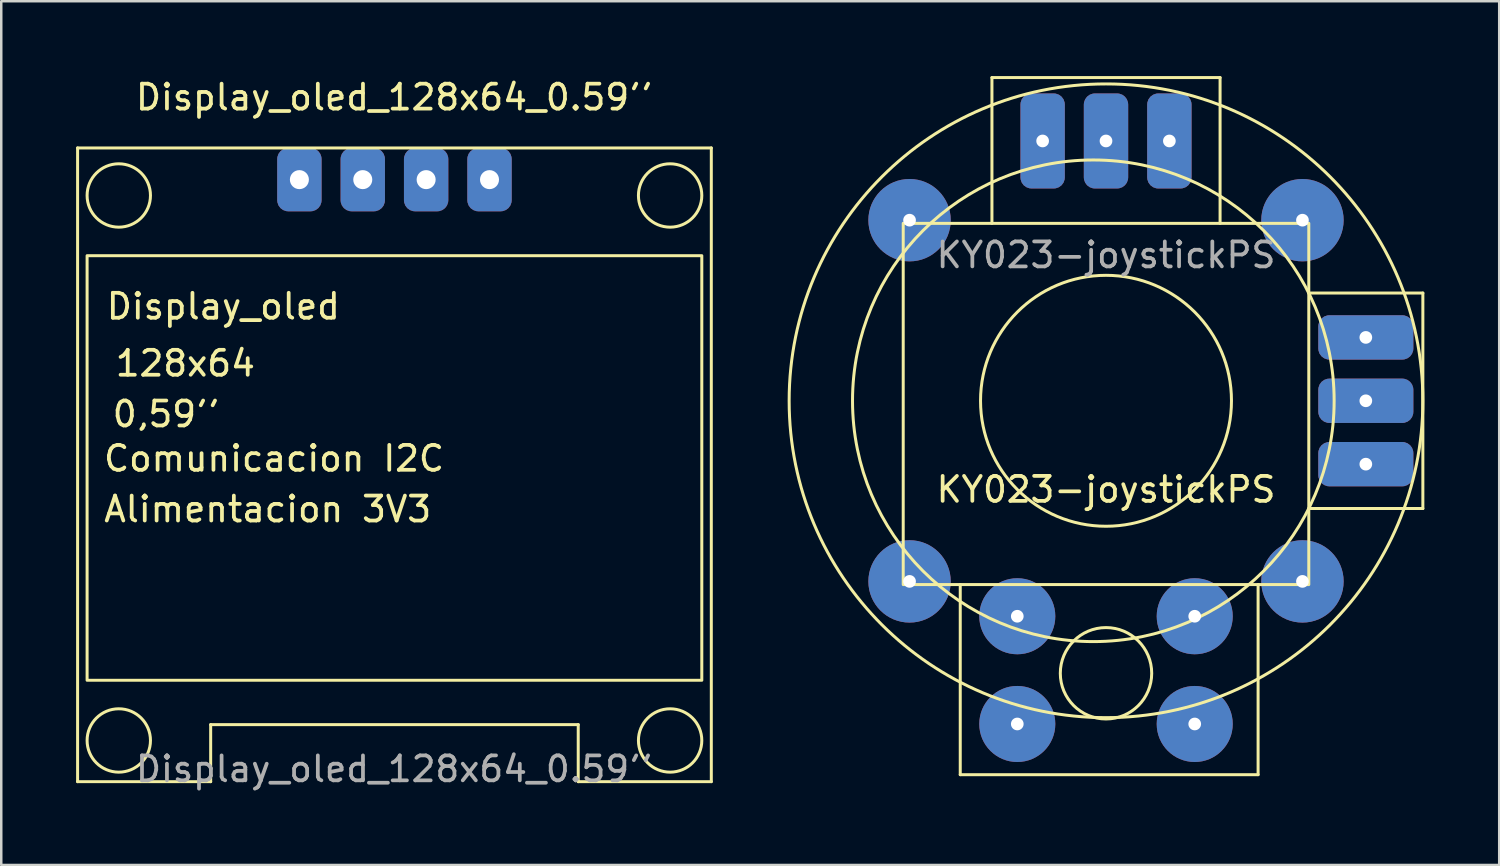
<source format=kicad_pcb>
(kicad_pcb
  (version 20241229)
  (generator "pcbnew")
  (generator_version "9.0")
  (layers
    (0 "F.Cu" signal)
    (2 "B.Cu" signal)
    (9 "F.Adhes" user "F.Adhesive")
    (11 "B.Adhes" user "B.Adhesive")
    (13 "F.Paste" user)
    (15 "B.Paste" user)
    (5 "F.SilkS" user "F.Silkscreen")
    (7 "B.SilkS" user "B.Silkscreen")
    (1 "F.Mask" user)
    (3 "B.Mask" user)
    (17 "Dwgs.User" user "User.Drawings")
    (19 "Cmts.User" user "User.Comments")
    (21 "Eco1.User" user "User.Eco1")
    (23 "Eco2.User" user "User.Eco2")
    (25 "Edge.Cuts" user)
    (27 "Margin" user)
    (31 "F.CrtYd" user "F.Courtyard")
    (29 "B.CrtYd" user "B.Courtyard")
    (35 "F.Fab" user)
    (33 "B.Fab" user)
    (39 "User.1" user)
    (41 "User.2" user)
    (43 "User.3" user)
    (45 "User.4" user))
  (footprint "Display_oled_128x64_0.59''"
    (layer "F.Cu")
    (at 12.76 15.58)
    (property "Reference" "Display_oled_128x64_0.59''" (at 0 -14.732 0) (unlocked yes) (layer "F.SilkS") (effects (font (size 1 1) (thickness 0.15))))
    (attr through_hole)
    (fp_line (start -12.7 -12.7) (end -12.7 12.7) (stroke (width 0.12) (type solid)) (layer "F.SilkS"))
    (fp_line (start -12.7 -12.7) (end 12.7 -12.7) (stroke (width 0.12) (type solid)) (layer "F.SilkS"))
    (fp_line (start -12.7 12.7) (end -7.366 12.7) (stroke (width 0.12) (type solid)) (layer "F.SilkS"))
    (fp_line (start -7.366 10.414) (end 7.366 10.414) (stroke (width 0.12) (type solid)) (layer "F.SilkS"))
    (fp_line (start -7.366 12.7) (end -7.366 10.414) (stroke (width 0.12) (type solid)) (layer "F.SilkS"))
    (fp_line (start 7.366 10.414) (end 7.366 12.7) (stroke (width 0.12) (type solid)) (layer "F.SilkS"))
    (fp_line (start 12.7 -12.7) (end 12.7 12.7) (stroke (width 0.12) (type solid)) (layer "F.SilkS"))
    (fp_line (start 12.7 12.7) (end 7.366 12.7) (stroke (width 0.12) (type solid)) (layer "F.SilkS"))
    (fp_rect (start -12.319 -8.382) (end 12.319 8.636) (stroke (width 0.12) (type solid)) (fill no) (layer "F.SilkS"))
    (fp_circle (center -11.049 -10.795) (end -9.779 -10.795) (stroke (width 0.12) (type solid)) (fill no) (layer "F.SilkS"))
    (fp_circle (center -11.049 11.049) (end -9.779 11.049) (stroke (width 0.12) (type solid)) (fill no) (layer "F.SilkS"))
    (fp_circle (center 11.049 -10.795) (end 12.319 -10.795) (stroke (width 0.12) (type solid)) (fill no) (layer "F.SilkS"))
    (fp_circle (center 11.049 11.049) (end 12.319 11.049) (stroke (width 0.12) (type solid)) (fill no) (layer "F.SilkS"))
    (fp_text user "128x64" (at -8.382 -4.064 0) (unlocked yes) (layer "F.SilkS") (effects (font (size 1 1) (thickness 0.15))))
    (fp_text user "Alimentacion 3V3" (at -5.08 1.778 0) (unlocked yes) (layer "F.SilkS") (effects (font (size 1 1) (thickness 0.15))))
    (fp_text user "Display_oled" (at -6.858 -6.35 0) (unlocked yes) (layer "F.SilkS") (effects (font (size 1 1) (thickness 0.15))))
    (fp_text user "0,59''" (at -9.144 -2.032 0) (unlocked yes) (layer "F.SilkS") (effects (font (size 1 1) (thickness 0.15))))
    (fp_text user "Comunicacion I2C" (at -4.826 -0.254 0) (unlocked yes) (layer "F.SilkS") (effects (font (size 1 1) (thickness 0.15))))
    (fp_text user "${REFERENCE}" (at 0 12.192 0) (unlocked yes) (layer "F.Fab") (effects (font (size 1 1) (thickness 0.15))))
    (pad "1" thru_hole roundrect (at -3.81 -11.43) (size 1.778 2.54) (drill 0.762) (layers "*.Cu" "*.Mask") (roundrect_rratio 0.25))
    (pad "2" thru_hole roundrect (at -1.27 -11.43) (size 1.778 2.54) (drill 0.762) (layers "*.Cu" "*.Mask") (roundrect_rratio 0.25))
    (pad "3" thru_hole roundrect (at 1.27 -11.43) (size 1.778 2.54) (drill 0.762) (layers "*.Cu" "*.Mask") (roundrect_rratio 0.25))
    (pad "4" thru_hole roundrect (at 3.81 -11.43) (size 1.778 2.54) (drill 0.762) (layers "*.Cu" "*.Mask") (roundrect_rratio 0.25)))
  (footprint "KY023-joystickPS"
    (layer "F.Cu")
    (at 41.28 13.014)
    (property "Reference" "KY023-joystickPS" (at 0 3.556 0) (unlocked yes) (layer "F.SilkS") (effects (font (size 1 1) (thickness 0.15))))
    (attr smd)
    (fp_line (start -5.842 7.366) (end -5.842 14.986) (stroke (width 0.12) (type solid)) (layer "F.SilkS"))
    (fp_line (start -5.842 14.986) (end 6.096 14.986) (stroke (width 0.12) (type solid)) (layer "F.SilkS"))
    (fp_line (start -4.572 -12.954) (end 4.572 -12.954) (stroke (width 0.12) (type solid)) (layer "F.SilkS"))
    (fp_line (start -4.572 -7.112) (end -4.572 -12.954) (stroke (width 0.12) (type solid)) (layer "F.SilkS"))
    (fp_line (start 4.572 -12.954) (end 4.572 -7.112) (stroke (width 0.12) (type solid)) (layer "F.SilkS"))
    (fp_line (start 6.096 14.986) (end 6.096 7.366) (stroke (width 0.12) (type solid)) (layer "F.SilkS"))
    (fp_line (start 8.128 -4.318) (end 12.7 -4.318) (stroke (width 0.12) (type solid)) (layer "F.SilkS"))
    (fp_line (start 12.7 -4.318) (end 12.7 4.318) (stroke (width 0.12) (type solid)) (layer "F.SilkS"))
    (fp_line (start 12.7 4.318) (end 8.128 4.318) (stroke (width 0.12) (type solid)) (layer "F.SilkS"))
    (fp_rect (start -8.128 -7.112) (end 8.128 7.366) (stroke (width 0.12) (type solid)) (fill no) (layer "F.SilkS"))
    (fp_circle (center -0.508 0) (end 9.144 0) (stroke (width 0.12) (type solid)) (fill no) (layer "F.SilkS"))
    (fp_circle (center 0 0) (end 3.556 3.556) (stroke (width 0.12) (type solid)) (fill no) (layer "F.SilkS"))
    (fp_circle (center 0 0) (end 12.7 0) (stroke (width 0.12) (type solid)) (fill no) (layer "F.SilkS"))
    (fp_circle (center 0 10.922) (end 1.016 12.446) (stroke (width 0.12) (type solid)) (fill no) (layer "F.SilkS"))
    (fp_text user "${REFERENCE}" (at 0 -5.842 0) (unlocked yes) (layer "F.Fab") (effects (font (size 1 1) (thickness 0.15))))
    (pad "1" thru_hole roundrect (at 10.414 -2.54) (size 3.81 1.778) (drill 0.508) (layers "*.Cu" "*.Mask") (roundrect_rratio 0.25))
    (pad "2" thru_hole roundrect (at 10.414 0) (size 3.81 1.778) (drill 0.508) (layers "*.Cu" "*.Mask") (roundrect_rratio 0.25))
    (pad "3" thru_hole roundrect (at 10.414 2.54) (size 3.81 1.778) (drill 0.508) (layers "*.Cu" "*.Mask") (roundrect_rratio 0.25))
    (pad "4" thru_hole roundrect (at 2.54 -10.414) (size 1.778 3.81) (drill 0.508) (layers "*.Cu" "*.Mask") (roundrect_rratio 0.25))
    (pad "5" thru_hole roundrect (at 0 -10.414) (size 1.778 3.81) (drill 0.508) (layers "*.Cu" "*.Mask") (roundrect_rratio 0.25))
    (pad "6" thru_hole roundrect (at -2.54 -10.414) (size 1.778 3.81) (drill 0.508) (layers "*.Cu" "*.Mask") (roundrect_rratio 0.25))
    (pad "7" thru_hole circle (at -3.556 8.636) (size 3.048 3.048) (drill 0.508) (layers "*.Cu" "*.Mask"))
    (pad "7" thru_hole circle (at 3.556 8.636) (size 3.048 3.048) (drill 0.508) (layers "*.Cu" "*.Mask"))
    (pad "8" thru_hole circle (at -3.556 12.954) (size 3.048 3.048) (drill 0.508) (layers "*.Cu" "*.Mask"))
    (pad "8" thru_hole circle (at 3.556 12.954) (size 3.048 3.048) (drill 0.508) (layers "*.Cu" "*.Mask"))
    (pad "9" thru_hole circle (at -7.874 -7.239) (size 3.302 3.302) (drill 0.508) (layers "*.Cu" "*.Mask"))
    (pad "9" thru_hole circle (at -7.874 7.239) (size 3.302 3.302) (drill 0.508) (layers "*.Cu" "*.Mask"))
    (pad "9" thru_hole circle (at 7.874 -7.239) (size 3.302 3.302) (drill 0.508) (layers "*.Cu" "*.Mask"))
    (pad "9" thru_hole circle (at 7.874 7.239) (size 3.302 3.302) (drill 0.508) (layers "*.Cu" "*.Mask")))
  (gr_rect
    (start -3 -3)
    (end 57.04 31.62)
    (stroke (width 0.1) (type default))
    (fill no)
    (layer "Edge.Cuts")))
</source>
